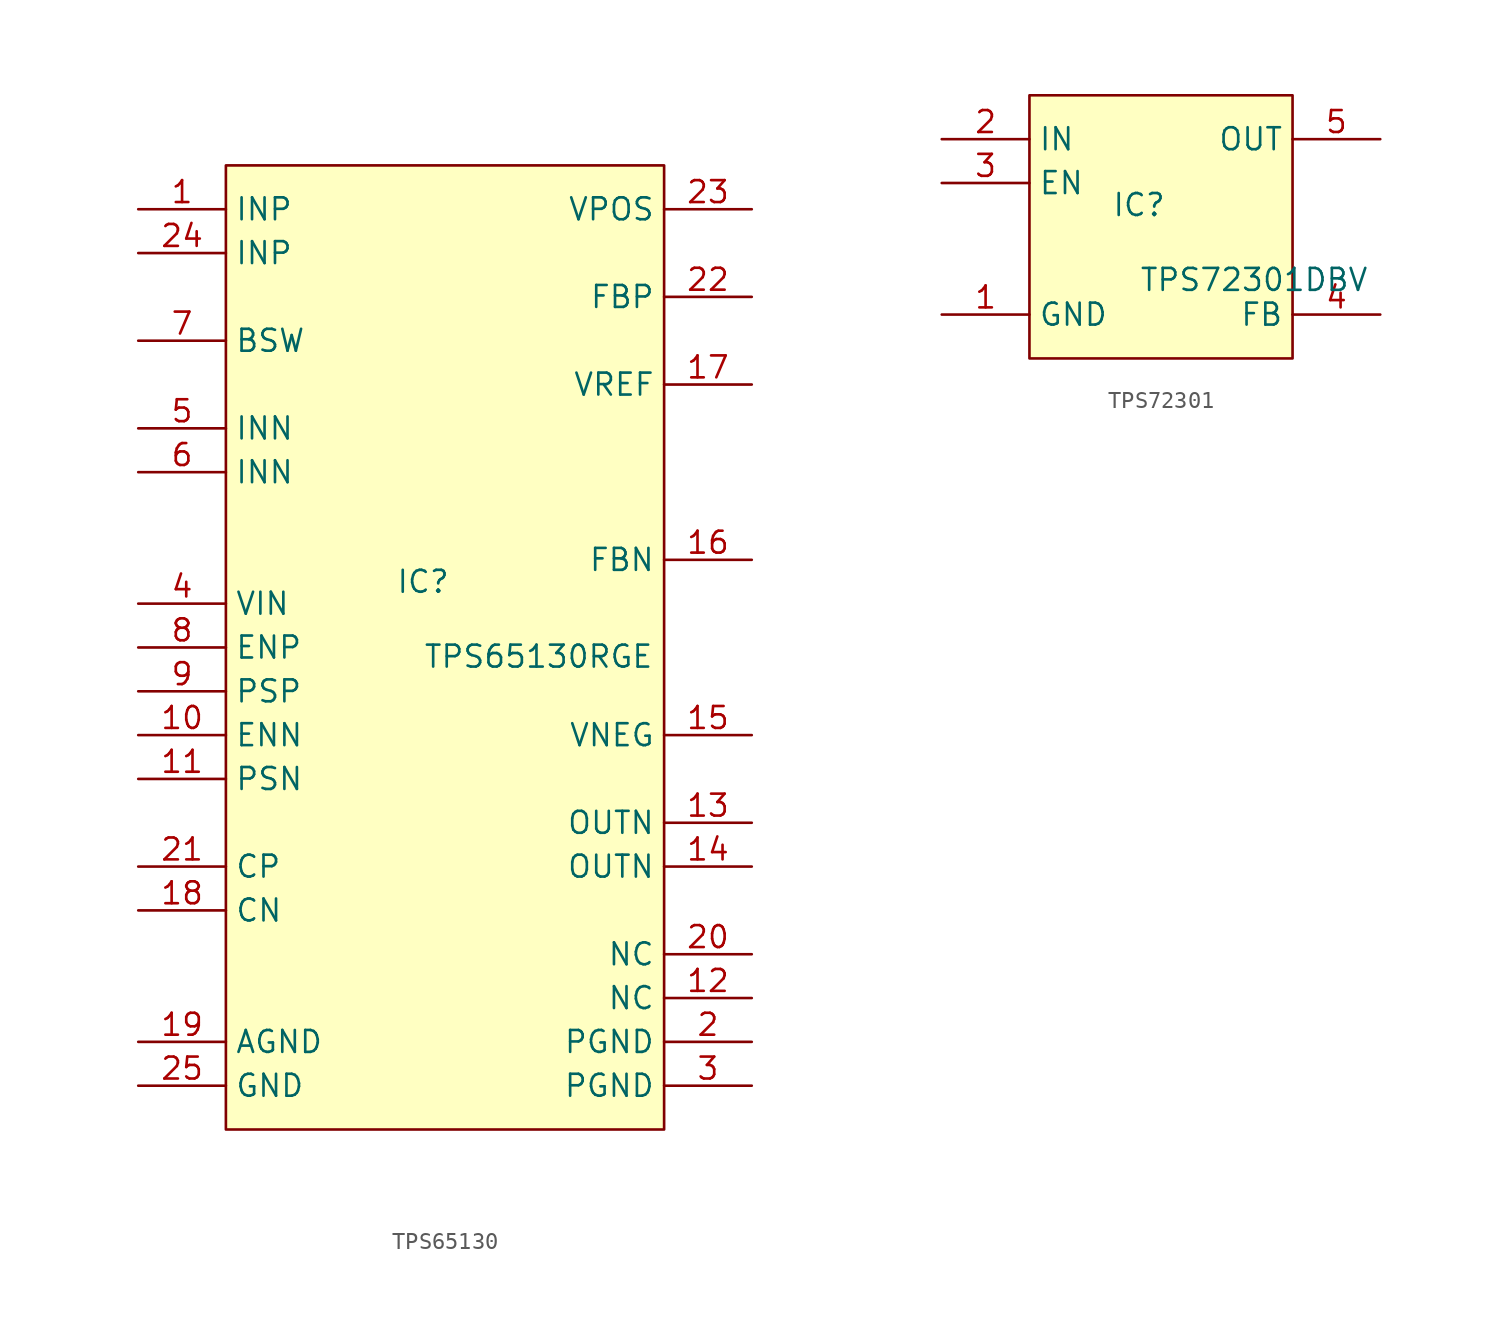
<source format=kicad_sym>
(kicad_symbol_lib
  (version 20231120)
  (generator "kicad_symbol_editor")
  (generator_version "8.0")
  (symbol "TPS65130"
    (property "Reference" "IC"
      (at -1.27 1.27 0)
      (effects (font (size 1.27 1.27))))
    (property "Value" "TPS65130RGE"
      (at -1.27 -3.81 0)
      (effects (font (size 1.27 1.27)) (justify left bottom)))
    (symbol "TPS65130_1_0"
      (rectangle (start -12.7 25.4) (end 12.7 -30.48) (stroke (width 0) (type solid) (color 128 0 0 1)) (fill (type background)))
      (pin passive line (at -17.78 22.86 0) (length 5.08) (name "INP" (effects (font (size 1.27 1.27)))) (number "1" (effects (font (size 1.27 1.27)))))
      (pin passive line (at -17.78 -7.62 0) (length 5.08) (name "ENN" (effects (font (size 1.27 1.27)))) (number "10" (effects (font (size 1.27 1.27)))))
      (pin passive line (at -17.78 -10.16 0) (length 5.08) (name "PSN" (effects (font (size 1.27 1.27)))) (number "11" (effects (font (size 1.27 1.27)))))
      (pin passive line (at 17.78 -22.86 180) (length 5.08) (name "NC" (effects (font (size 1.27 1.27)))) (number "12" (effects (font (size 1.27 1.27)))))
      (pin passive line (at 17.78 -12.7 180) (length 5.08) (name "OUTN" (effects (font (size 1.27 1.27)))) (number "13" (effects (font (size 1.27 1.27)))))
      (pin passive line (at 17.78 -15.24 180) (length 5.08) (name "OUTN" (effects (font (size 1.27 1.27)))) (number "14" (effects (font (size 1.27 1.27)))))
      (pin passive line (at 17.78 -7.62 180) (length 5.08) (name "VNEG" (effects (font (size 1.27 1.27)))) (number "15" (effects (font (size 1.27 1.27)))))
      (pin passive line (at 17.78 2.54 180) (length 5.08) (name "FBN" (effects (font (size 1.27 1.27)))) (number "16" (effects (font (size 1.27 1.27)))))
      (pin passive line (at 17.78 12.7 180) (length 5.08) (name "VREF" (effects (font (size 1.27 1.27)))) (number "17" (effects (font (size 1.27 1.27)))))
      (pin passive line (at -17.78 -17.78 0) (length 5.08) (name "CN" (effects (font (size 1.27 1.27)))) (number "18" (effects (font (size 1.27 1.27)))))
      (pin passive line (at -17.78 -25.4 0) (length 5.08) (name "AGND" (effects (font (size 1.27 1.27)))) (number "19" (effects (font (size 1.27 1.27)))))
      (pin passive line (at 17.78 -25.4 180) (length 5.08) (name "PGND" (effects (font (size 1.27 1.27)))) (number "2" (effects (font (size 1.27 1.27)))))
      (pin passive line (at 17.78 -20.32 180) (length 5.08) (name "NC" (effects (font (size 1.27 1.27)))) (number "20" (effects (font (size 1.27 1.27)))))
      (pin passive line (at -17.78 -15.24 0) (length 5.08) (name "CP" (effects (font (size 1.27 1.27)))) (number "21" (effects (font (size 1.27 1.27)))))
      (pin passive line (at 17.78 17.78 180) (length 5.08) (name "FBP" (effects (font (size 1.27 1.27)))) (number "22" (effects (font (size 1.27 1.27)))))
      (pin passive line (at 17.78 22.86 180) (length 5.08) (name "VPOS" (effects (font (size 1.27 1.27)))) (number "23" (effects (font (size 1.27 1.27)))))
      (pin passive line (at -17.78 20.32 0) (length 5.08) (name "INP" (effects (font (size 1.27 1.27)))) (number "24" (effects (font (size 1.27 1.27)))))
      (pin passive line (at -17.78 -27.94 0) (length 5.08) (name "GND" (effects (font (size 1.27 1.27)))) (number "25" (effects (font (size 1.27 1.27)))))
      (pin passive line (at 17.78 -27.94 180) (length 5.08) (name "PGND" (effects (font (size 1.27 1.27)))) (number "3" (effects (font (size 1.27 1.27)))))
      (pin passive line (at -17.78 0 0) (length 5.08) (name "VIN" (effects (font (size 1.27 1.27)))) (number "4" (effects (font (size 1.27 1.27)))))
      (pin passive line (at -17.78 10.16 0) (length 5.08) (name "INN" (effects (font (size 1.27 1.27)))) (number "5" (effects (font (size 1.27 1.27)))))
      (pin passive line (at -17.78 7.62 0) (length 5.08) (name "INN" (effects (font (size 1.27 1.27)))) (number "6" (effects (font (size 1.27 1.27)))))
      (pin passive line (at -17.78 15.24 0) (length 5.08) (name "BSW" (effects (font (size 1.27 1.27)))) (number "7" (effects (font (size 1.27 1.27)))))
      (pin passive line (at -17.78 -2.54 0) (length 5.08) (name "ENP" (effects (font (size 1.27 1.27)))) (number "8" (effects (font (size 1.27 1.27)))))
      (pin passive line (at -17.78 -5.08 0) (length 5.08) (name "PSP" (effects (font (size 1.27 1.27)))) (number "9" (effects (font (size 1.27 1.27)))))))
  (symbol "TPS72301"
    (property "Reference" "IC"
      (at -1.27 1.27 0)
      (effects (font (size 1.27 1.27))))
    (property "Value" "TPS72301DBV"
      (at -1.27 -3.81 0)
      (effects (font (size 1.27 1.27)) (justify left bottom)))
    (symbol "TPS72301_1_0"
      (rectangle (start -7.62 7.62) (end 7.62 -7.62) (stroke (width 0) (type solid) (color 128 0 0 1)) (fill (type background)))
      (pin passive line (at -12.7 -5.08 0) (length 5.08) (name "GND" (effects (font (size 1.27 1.27)))) (number "1" (effects (font (size 1.27 1.27)))))
      (pin passive line (at -12.7 5.08 0) (length 5.08) (name "IN" (effects (font (size 1.27 1.27)))) (number "2" (effects (font (size 1.27 1.27)))))
      (pin input line (at -12.7 2.54 0) (length 5.08) (name "EN" (effects (font (size 1.27 1.27)))) (number "3" (effects (font (size 1.27 1.27)))))
      (pin passive line (at 12.7 -5.08 180) (length 5.08) (name "FB" (effects (font (size 1.27 1.27)))) (number "4" (effects (font (size 1.27 1.27)))))
      (pin passive line (at 12.7 5.08 180) (length 5.08) (name "OUT" (effects (font (size 1.27 1.27)))) (number "5" (effects (font (size 1.27 1.27))))))))
</source>
